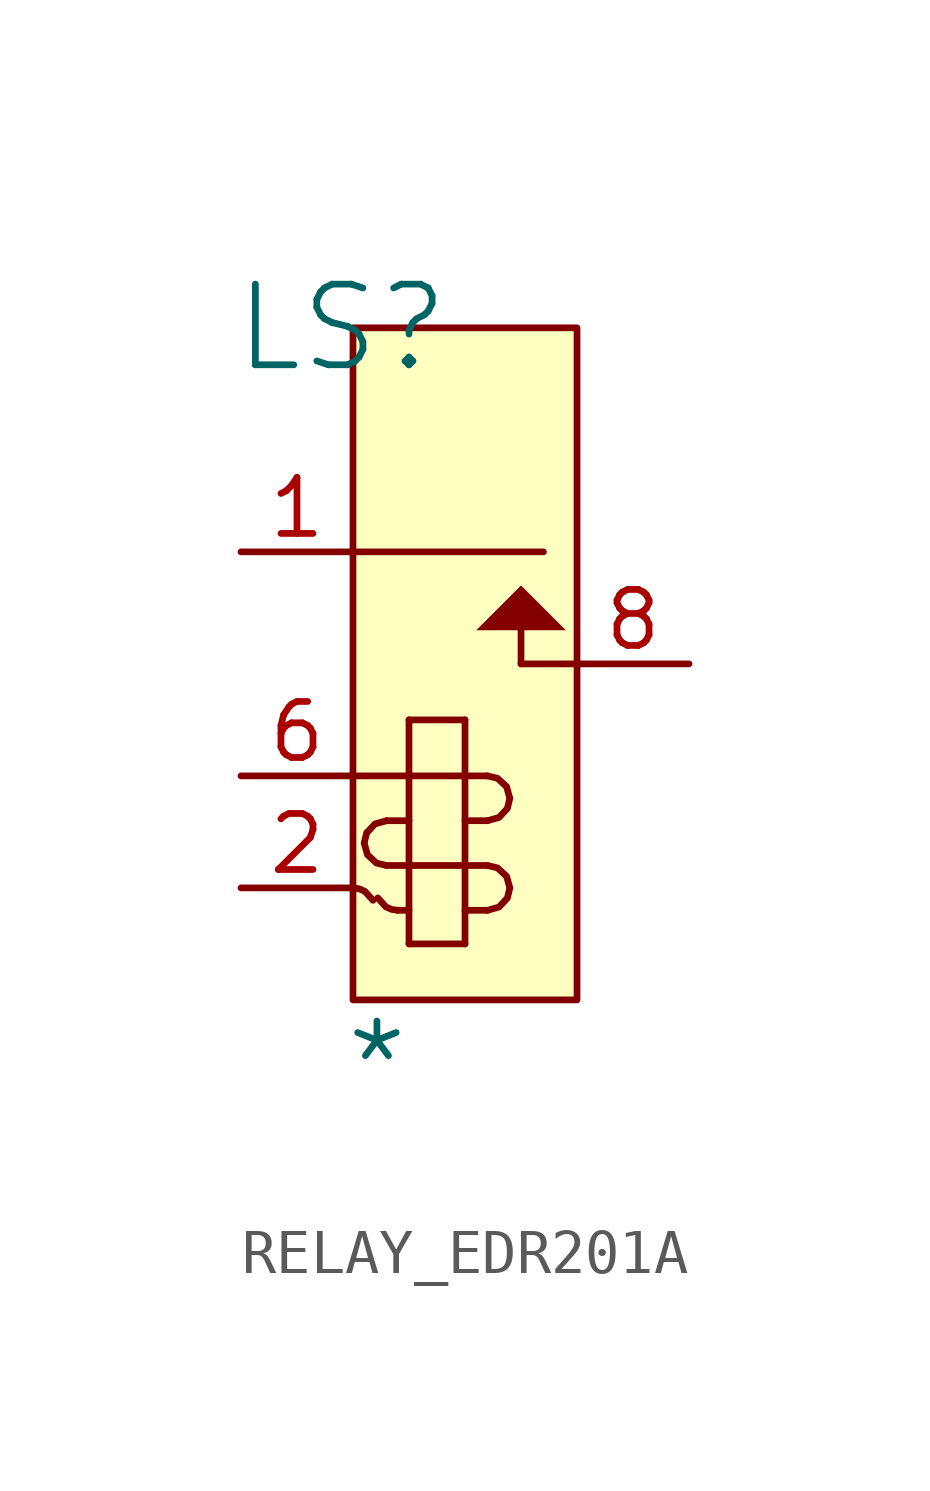
<source format=kicad_sym>
(kicad_symbol_lib
  (version 20241209)
  (generator "kicad_symbol_editor")
  (generator_version "9.0")
  (symbol "RELAY_EDR201A"
    (pin_names
      (hide yes))
    (property "Reference" "LS"
      (at -0.254 0 0)
      (effects (font (size 1.829 1.829))))
    (property "Value" "*"
      (at -0.254 -17.78 0)
      (effects (font (size 1.829 1.829)) (justify left bottom)))
    (symbol "RELAY_EDR201A_1_0"
      (polyline (pts (xy 0 -5.08) (xy 4.318 -5.08)) (stroke (width 0) (type solid)) (fill (type none)))
      (polyline (pts (xy 0 -10.16) (xy 3.048 -10.16)) (stroke (width 0) (type solid)) (fill (type none)))
      (bezier (pts (xy 0.254 -11.684) (xy 0.254 -11.964) (xy 0.481 -12.192) (xy 0.762 -12.192)) (stroke (width 0) (type solid)) (fill (type none)))
      (bezier (pts (xy 0.454 -12.981) (xy 0.368 -12.809) (xy 0.192 -12.7) (xy 0 -12.7)) (stroke (width 0) (type solid)) (fill (type none)))
      (bezier (pts (xy 0.562 -12.927) (xy 0.648 -13.099) (xy 0.824 -13.208) (xy 1.016 -13.208)) (stroke (width 0) (type solid)) (fill (type none)))
      (bezier (pts (xy 0.762 -11.176) (xy 0.481 -11.176) (xy 0.254 -11.403) (xy 0.254 -11.684)) (stroke (width 0) (type solid)) (fill (type none)))
      (polyline (pts (xy 0.762 -12.192) (xy 3.048 -12.192)) (stroke (width 0) (type solid)) (fill (type none)))
      (polyline (pts (xy 1.016 -13.208) (xy 1.27 -13.208)) (stroke (width 0) (type solid)) (fill (type none)))
      (polyline (pts (xy 1.27 -8.89) (xy 1.27 -13.97)) (stroke (width 0) (type solid)) (fill (type none)))
      (polyline (pts (xy 1.27 -11.176) (xy 0.762 -11.176)) (stroke (width 0) (type solid)) (fill (type none)))
      (polyline (pts (xy 1.27 -13.97) (xy 2.54 -13.97)) (stroke (width 0) (type solid)) (fill (type none)))
      (polyline (pts (xy 2.54 -8.89) (xy 1.27 -8.89)) (stroke (width 0) (type solid)) (fill (type none)))
      (polyline (pts (xy 2.54 -13.97) (xy 2.54 -8.89)) (stroke (width 0) (type solid)) (fill (type none)))
      (polyline (pts (xy 3.048 -11.176) (xy 2.54 -11.176)) (stroke (width 0) (type solid)) (fill (type none)))
      (bezier (pts (xy 3.048 -11.176) (xy 3.329 -11.176) (xy 3.556 -10.948) (xy 3.556 -10.668)) (stroke (width 0) (type solid)) (fill (type none)))
      (polyline (pts (xy 3.048 -13.208) (xy 2.54 -13.208)) (stroke (width 0) (type solid)) (fill (type none)))
      (bezier (pts (xy 3.048 -13.208) (xy 3.329 -13.208) (xy 3.556 -12.98) (xy 3.556 -12.7)) (stroke (width 0) (type solid)) (fill (type none)))
      (bezier (pts (xy 3.556 -10.668) (xy 3.556 -10.387) (xy 3.329 -10.16) (xy 3.048 -10.16)) (stroke (width 0) (type solid)) (fill (type none)))
      (bezier (pts (xy 3.556 -12.7) (xy 3.556 -12.419) (xy 3.329 -12.192) (xy 3.048 -12.192)) (stroke (width 0) (type solid)) (fill (type none)))
      (polyline (pts (xy 3.81 -5.842) (xy 4.826 -6.858) (xy 2.794 -6.858) (xy 3.81 -5.842) (xy 3.81 -5.842)) (stroke (width -0.0001) (type solid)) (fill (type outline)))
      (polyline (pts (xy 3.81 -6.858) (xy 3.81 -7.62)) (stroke (width 0) (type solid)) (fill (type none)))
      (polyline (pts (xy 3.81 -7.62) (xy 5.08 -7.62)) (stroke (width 0) (type solid)) (fill (type none)))
      (rectangle (start 5.08 0) (end 0 -15.24) (stroke (width 0) (type solid) (color 128 0 0 1)) (fill (type background)))
      (pin passive line (at -2.54 -5.08 0) (length 2.54) (name "COMMON" (effects (font (size 1.27 1.27)))) (number "1" (effects (font (size 1.27 1.27)))))
      (pin passive line (at -2.54 -10.16 0) (length 2.54) (name "COIL1-" (effects (font (size 1.27 1.27)))) (number "6" (effects (font (size 1.27 1.27)))))
      (pin passive line (at -2.54 -12.7 0) (length 2.54) (name "COIL2+" (effects (font (size 1.27 1.27)))) (number "2" (effects (font (size 1.27 1.27)))))
      (pin passive line (at 7.62 -7.62 180) (length 2.54) (name "NO" (effects (font (size 1.27 1.27)))) (number "8" (effects (font (size 1.27 1.27))))))))
</source>
